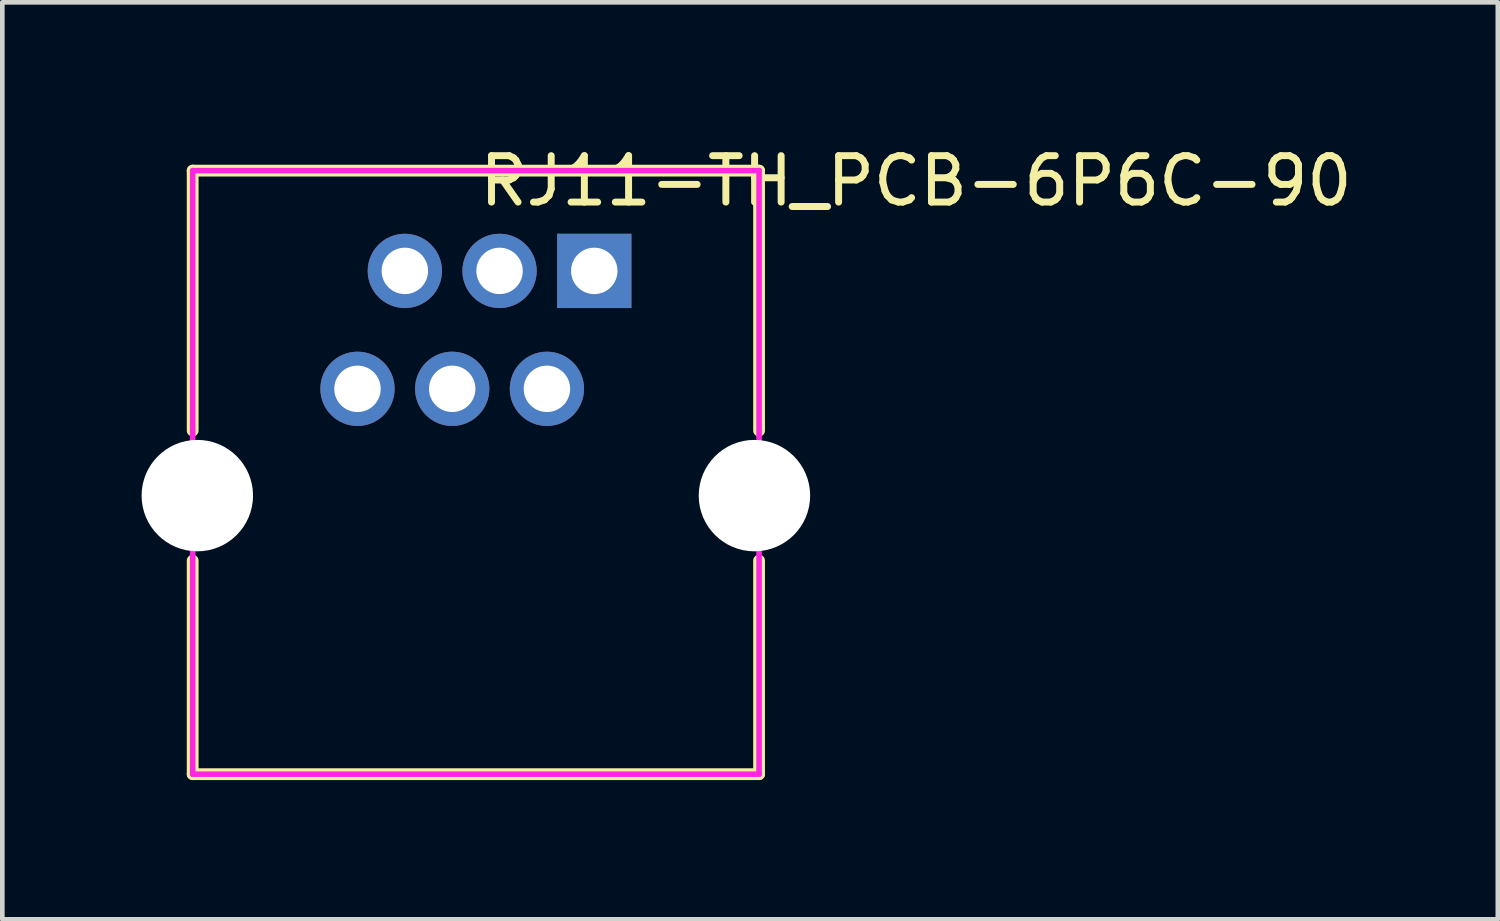
<source format=kicad_pcb>
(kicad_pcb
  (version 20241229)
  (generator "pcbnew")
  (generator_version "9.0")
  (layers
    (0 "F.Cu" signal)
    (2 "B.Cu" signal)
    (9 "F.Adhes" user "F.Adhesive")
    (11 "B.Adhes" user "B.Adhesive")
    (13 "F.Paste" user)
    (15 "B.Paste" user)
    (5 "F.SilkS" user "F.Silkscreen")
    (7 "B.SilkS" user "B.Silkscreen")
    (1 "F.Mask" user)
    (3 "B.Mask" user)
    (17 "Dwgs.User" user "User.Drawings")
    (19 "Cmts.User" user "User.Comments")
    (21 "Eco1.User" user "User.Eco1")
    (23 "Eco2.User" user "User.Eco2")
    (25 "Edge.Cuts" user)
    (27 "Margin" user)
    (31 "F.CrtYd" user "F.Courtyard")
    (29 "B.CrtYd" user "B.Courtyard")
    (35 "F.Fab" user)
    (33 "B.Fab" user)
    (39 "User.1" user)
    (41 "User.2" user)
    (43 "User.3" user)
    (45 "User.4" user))
  (footprint "RJ11-TH_PCB-6P6C-90"
    (layer "F.Cu")
    (at 7.2 4.055)
    (property "Reference" "RJ11-TH_PCB-6P6C-90" (at 0 -3.207 0) (layer "F.SilkS") (effects (font (size 1 1) (thickness 0.15)) (justify left)))
    (attr through_hole)
    (fp_line (start -6.1 -3.43) (end 6.1 -3.43) (stroke (width 0.254) (type solid)) (layer "F.SilkS"))
    (fp_line (start -6.1 2.17) (end -6.1 -3.43) (stroke (width 0.254) (type solid)) (layer "F.SilkS"))
    (fp_line (start -6.1 9.57) (end -6.1 4.97) (stroke (width 0.254) (type solid)) (layer "F.SilkS"))
    (fp_line (start -6.1 9.57) (end 6.1 9.57) (stroke (width 0.254) (type solid)) (layer "F.SilkS"))
    (fp_line (start 6.1 -3.43) (end 6.1 2.17) (stroke (width 0.254) (type solid)) (layer "F.SilkS"))
    (fp_line (start 6.1 4.97) (end 6.1 9.57) (stroke (width 0.254) (type solid)) (layer "F.SilkS"))
    (fp_circle (center -6 3.57) (end -5.5 3.57) (stroke (width 1) (type solid)) (fill no) (layer "Dwgs.User"))
    (fp_circle (center 6 3.57) (end 6.5 3.57) (stroke (width 1) (type solid)) (fill no) (layer "Dwgs.User"))
    (fp_circle (center 6.1 -3.43) (end 6.13 -3.43) (stroke (width 0.06) (type solid)) (fill no) (layer "Eco2.User"))
    (fp_poly (pts (xy -2.3 1.52) (xy -2.8 1.52) (xy -2.8 1.02) (xy -2.3 1.02)) (stroke (width 0.12) (type solid)) (fill no) (layer "Eco2.User"))
    (fp_poly (pts (xy -1.28 -1.02) (xy -1.78 -1.02) (xy -1.78 -1.52) (xy -1.28 -1.52)) (stroke (width 0.12) (type solid)) (fill no) (layer "Eco2.User"))
    (fp_poly (pts (xy -0.26 1.52) (xy -0.76 1.52) (xy -0.76 1.02) (xy -0.26 1.02)) (stroke (width 0.12) (type solid)) (fill no) (layer "Eco2.User"))
    (fp_poly (pts (xy 0.76 -1.02) (xy 0.26 -1.02) (xy 0.26 -1.52) (xy 0.76 -1.52)) (stroke (width 0.12) (type solid)) (fill no) (layer "Eco2.User"))
    (fp_poly (pts (xy 1.78 1.52) (xy 1.28 1.52) (xy 1.28 1.02) (xy 1.78 1.02)) (stroke (width 0.12) (type solid)) (fill no) (layer "Eco2.User"))
    (fp_poly (pts (xy 2.8 -1.02) (xy 2.3 -1.02) (xy 2.3 -1.52) (xy 2.8 -1.52)) (stroke (width 0.12) (type solid)) (fill no) (layer "Eco2.User"))
    (fp_line (start -6.1 -3.43) (end 6.1 -3.43) (stroke (width 0.12) (type solid)) (layer "F.CrtYd"))
    (fp_line (start -6.1 9.57) (end -6.1 -3.43) (stroke (width 0.12) (type solid)) (layer "F.CrtYd"))
    (fp_line (start 6.1 -3.43) (end 6.1 9.57) (stroke (width 0.12) (type solid)) (layer "F.CrtYd"))
    (fp_line (start 6.1 9.57) (end -6.1 9.57) (stroke (width 0.12) (type solid)) (layer "F.CrtYd"))
    (pad "" np_thru_hole circle (at -6 3.57) (size 2.4 2.4) (drill 2.4) (layers "*.Cu" "*.Mask"))
    (pad "" np_thru_hole circle (at 6 3.57) (size 2.4 2.4) (drill 2.4) (layers "*.Cu" "*.Mask"))
    (pad "1" thru_hole rect (at 2.55 -1.27 180) (size 1.6 1.6) (drill 1) (layers "*.Cu" "*.Mask"))
    (pad "2" thru_hole circle (at 1.53 1.27 180) (size 1.6 1.6) (drill 1) (layers "*.Cu" "*.Mask"))
    (pad "3" thru_hole circle (at 0.51 -1.27 180) (size 1.6 1.6) (drill 1) (layers "*.Cu" "*.Mask"))
    (pad "4" thru_hole circle (at -0.51 1.27 180) (size 1.6 1.6) (drill 1) (layers "*.Cu" "*.Mask"))
    (pad "5" thru_hole circle (at -1.53 -1.27 180) (size 1.6 1.6) (drill 1) (layers "*.Cu" "*.Mask"))
    (pad "6" thru_hole circle (at -2.55 1.27 180) (size 1.6 1.6) (drill 1) (layers "*.Cu" "*.Mask")))
  (gr_rect
    (start -3 -3)
    (end 29.212 16.752)
    (stroke (width 0.1) (type default))
    (fill no)
    (layer "Edge.Cuts")))
</source>
